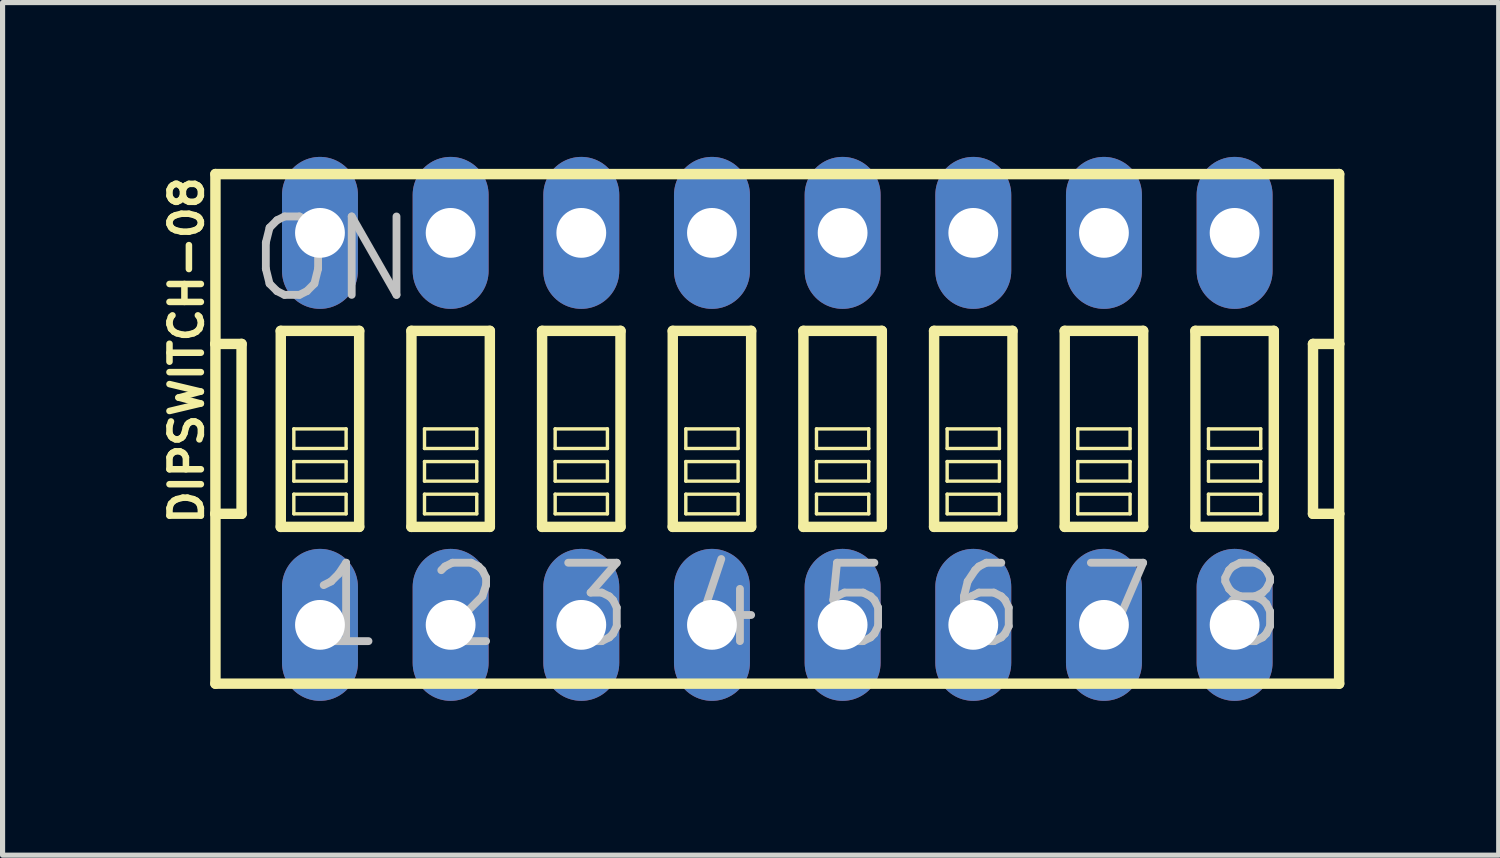
<source format=kicad_pcb>
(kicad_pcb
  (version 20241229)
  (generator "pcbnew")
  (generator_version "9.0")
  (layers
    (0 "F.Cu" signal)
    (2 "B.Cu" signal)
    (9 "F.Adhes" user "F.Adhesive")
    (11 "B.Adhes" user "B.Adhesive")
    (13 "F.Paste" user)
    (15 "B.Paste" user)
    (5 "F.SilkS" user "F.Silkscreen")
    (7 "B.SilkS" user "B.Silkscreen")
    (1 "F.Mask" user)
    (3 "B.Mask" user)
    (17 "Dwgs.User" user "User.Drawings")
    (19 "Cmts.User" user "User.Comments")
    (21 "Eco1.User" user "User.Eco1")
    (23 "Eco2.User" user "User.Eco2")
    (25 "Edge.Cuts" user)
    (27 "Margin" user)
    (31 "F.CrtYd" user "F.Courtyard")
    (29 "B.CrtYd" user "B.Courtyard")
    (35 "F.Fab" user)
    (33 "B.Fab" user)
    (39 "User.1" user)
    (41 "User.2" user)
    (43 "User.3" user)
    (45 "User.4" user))
  (footprint "DIPSWITCH-08"
    (layer "F.Cu")
    (at 12.06 5.287)
    (property "Reference" "DIPSWITCH-08" (at -11.481 -1.524 90) (layer "F.SilkS") (effects (font (size 0.61 0.61) (thickness 0.127))))
    (attr exclude_from_pos_files exclude_from_bom)
    (fp_line (start -10.922 -4.953) (end -10.922 -1.651) (stroke (width 0.203) (type solid)) (layer "F.SilkS"))
    (fp_line (start -10.922 -1.651) (end -10.922 1.651) (stroke (width 0.203) (type solid)) (layer "F.SilkS"))
    (fp_line (start -10.922 1.651) (end -10.922 4.953) (stroke (width 0.203) (type solid)) (layer "F.SilkS"))
    (fp_line (start -10.922 1.651) (end -10.414 1.651) (stroke (width 0.203) (type solid)) (layer "F.SilkS"))
    (fp_line (start -10.922 4.953) (end 10.922 4.953) (stroke (width 0.203) (type solid)) (layer "F.SilkS"))
    (fp_line (start -10.414 -1.651) (end -10.922 -1.651) (stroke (width 0.203) (type solid)) (layer "F.SilkS"))
    (fp_line (start -10.414 1.651) (end -10.414 -1.651) (stroke (width 0.203) (type solid)) (layer "F.SilkS"))
    (fp_line (start -9.652 -1.905) (end -9.652 1.905) (stroke (width 0.203) (type solid)) (layer "F.SilkS"))
    (fp_line (start -9.652 -1.905) (end -8.128 -1.905) (stroke (width 0.203) (type solid)) (layer "F.SilkS"))
    (fp_line (start -9.398 0) (end -8.382 0) (stroke (width 0.066) (type solid)) (layer "F.SilkS"))
    (fp_line (start -9.398 0.381) (end -9.398 0) (stroke (width 0.066) (type solid)) (layer "F.SilkS"))
    (fp_line (start -9.398 0.381) (end -8.382 0.381) (stroke (width 0.066) (type solid)) (layer "F.SilkS"))
    (fp_line (start -9.398 0.635) (end -8.382 0.635) (stroke (width 0.066) (type solid)) (layer "F.SilkS"))
    (fp_line (start -9.398 1.016) (end -9.398 0.635) (stroke (width 0.066) (type solid)) (layer "F.SilkS"))
    (fp_line (start -9.398 1.016) (end -8.382 1.016) (stroke (width 0.066) (type solid)) (layer "F.SilkS"))
    (fp_line (start -9.398 1.27) (end -8.382 1.27) (stroke (width 0.066) (type solid)) (layer "F.SilkS"))
    (fp_line (start -9.398 1.651) (end -9.398 1.27) (stroke (width 0.066) (type solid)) (layer "F.SilkS"))
    (fp_line (start -9.398 1.651) (end -8.382 1.651) (stroke (width 0.066) (type solid)) (layer "F.SilkS"))
    (fp_line (start -8.382 0.381) (end -8.382 0) (stroke (width 0.066) (type solid)) (layer "F.SilkS"))
    (fp_line (start -8.382 1.016) (end -8.382 0.635) (stroke (width 0.066) (type solid)) (layer "F.SilkS"))
    (fp_line (start -8.382 1.651) (end -8.382 1.27) (stroke (width 0.066) (type solid)) (layer "F.SilkS"))
    (fp_line (start -8.128 1.905) (end -9.652 1.905) (stroke (width 0.203) (type solid)) (layer "F.SilkS"))
    (fp_line (start -8.128 1.905) (end -8.128 -1.905) (stroke (width 0.203) (type solid)) (layer "F.SilkS"))
    (fp_line (start -7.112 -1.905) (end -7.112 1.905) (stroke (width 0.203) (type solid)) (layer "F.SilkS"))
    (fp_line (start -7.112 -1.905) (end -5.588 -1.905) (stroke (width 0.203) (type solid)) (layer "F.SilkS"))
    (fp_line (start -6.858 0) (end -5.842 0) (stroke (width 0.066) (type solid)) (layer "F.SilkS"))
    (fp_line (start -6.858 0.381) (end -6.858 0) (stroke (width 0.066) (type solid)) (layer "F.SilkS"))
    (fp_line (start -6.858 0.381) (end -5.842 0.381) (stroke (width 0.066) (type solid)) (layer "F.SilkS"))
    (fp_line (start -6.858 0.635) (end -5.842 0.635) (stroke (width 0.066) (type solid)) (layer "F.SilkS"))
    (fp_line (start -6.858 1.016) (end -6.858 0.635) (stroke (width 0.066) (type solid)) (layer "F.SilkS"))
    (fp_line (start -6.858 1.016) (end -5.842 1.016) (stroke (width 0.066) (type solid)) (layer "F.SilkS"))
    (fp_line (start -6.858 1.27) (end -5.842 1.27) (stroke (width 0.066) (type solid)) (layer "F.SilkS"))
    (fp_line (start -6.858 1.651) (end -6.858 1.27) (stroke (width 0.066) (type solid)) (layer "F.SilkS"))
    (fp_line (start -6.858 1.651) (end -5.842 1.651) (stroke (width 0.066) (type solid)) (layer "F.SilkS"))
    (fp_line (start -5.842 0.381) (end -5.842 0) (stroke (width 0.066) (type solid)) (layer "F.SilkS"))
    (fp_line (start -5.842 1.016) (end -5.842 0.635) (stroke (width 0.066) (type solid)) (layer "F.SilkS"))
    (fp_line (start -5.842 1.651) (end -5.842 1.27) (stroke (width 0.066) (type solid)) (layer "F.SilkS"))
    (fp_line (start -5.588 1.905) (end -7.112 1.905) (stroke (width 0.203) (type solid)) (layer "F.SilkS"))
    (fp_line (start -5.588 1.905) (end -5.588 -1.905) (stroke (width 0.203) (type solid)) (layer "F.SilkS"))
    (fp_line (start -4.572 -1.905) (end -4.572 1.905) (stroke (width 0.203) (type solid)) (layer "F.SilkS"))
    (fp_line (start -4.572 -1.905) (end -3.048 -1.905) (stroke (width 0.203) (type solid)) (layer "F.SilkS"))
    (fp_line (start -4.318 0) (end -3.302 0) (stroke (width 0.066) (type solid)) (layer "F.SilkS"))
    (fp_line (start -4.318 0.381) (end -4.318 0) (stroke (width 0.066) (type solid)) (layer "F.SilkS"))
    (fp_line (start -4.318 0.381) (end -3.302 0.381) (stroke (width 0.066) (type solid)) (layer "F.SilkS"))
    (fp_line (start -4.318 0.635) (end -3.302 0.635) (stroke (width 0.066) (type solid)) (layer "F.SilkS"))
    (fp_line (start -4.318 1.016) (end -4.318 0.635) (stroke (width 0.066) (type solid)) (layer "F.SilkS"))
    (fp_line (start -4.318 1.016) (end -3.302 1.016) (stroke (width 0.066) (type solid)) (layer "F.SilkS"))
    (fp_line (start -4.318 1.27) (end -3.302 1.27) (stroke (width 0.066) (type solid)) (layer "F.SilkS"))
    (fp_line (start -4.318 1.651) (end -4.318 1.27) (stroke (width 0.066) (type solid)) (layer "F.SilkS"))
    (fp_line (start -4.318 1.651) (end -3.302 1.651) (stroke (width 0.066) (type solid)) (layer "F.SilkS"))
    (fp_line (start -3.302 0.381) (end -3.302 0) (stroke (width 0.066) (type solid)) (layer "F.SilkS"))
    (fp_line (start -3.302 1.016) (end -3.302 0.635) (stroke (width 0.066) (type solid)) (layer "F.SilkS"))
    (fp_line (start -3.302 1.651) (end -3.302 1.27) (stroke (width 0.066) (type solid)) (layer "F.SilkS"))
    (fp_line (start -3.048 1.905) (end -4.572 1.905) (stroke (width 0.203) (type solid)) (layer "F.SilkS"))
    (fp_line (start -3.048 1.905) (end -3.048 -1.905) (stroke (width 0.203) (type solid)) (layer "F.SilkS"))
    (fp_line (start -2.032 -1.905) (end -2.032 1.905) (stroke (width 0.203) (type solid)) (layer "F.SilkS"))
    (fp_line (start -2.032 -1.905) (end -0.508 -1.905) (stroke (width 0.203) (type solid)) (layer "F.SilkS"))
    (fp_line (start -1.778 0) (end -0.762 0) (stroke (width 0.066) (type solid)) (layer "F.SilkS"))
    (fp_line (start -1.778 0.381) (end -1.778 0) (stroke (width 0.066) (type solid)) (layer "F.SilkS"))
    (fp_line (start -1.778 0.381) (end -0.762 0.381) (stroke (width 0.066) (type solid)) (layer "F.SilkS"))
    (fp_line (start -1.778 0.635) (end -0.762 0.635) (stroke (width 0.066) (type solid)) (layer "F.SilkS"))
    (fp_line (start -1.778 1.016) (end -1.778 0.635) (stroke (width 0.066) (type solid)) (layer "F.SilkS"))
    (fp_line (start -1.778 1.016) (end -0.762 1.016) (stroke (width 0.066) (type solid)) (layer "F.SilkS"))
    (fp_line (start -1.778 1.27) (end -0.762 1.27) (stroke (width 0.066) (type solid)) (layer "F.SilkS"))
    (fp_line (start -1.778 1.651) (end -1.778 1.27) (stroke (width 0.066) (type solid)) (layer "F.SilkS"))
    (fp_line (start -1.778 1.651) (end -0.762 1.651) (stroke (width 0.066) (type solid)) (layer "F.SilkS"))
    (fp_line (start -0.762 0.381) (end -0.762 0) (stroke (width 0.066) (type solid)) (layer "F.SilkS"))
    (fp_line (start -0.762 1.016) (end -0.762 0.635) (stroke (width 0.066) (type solid)) (layer "F.SilkS"))
    (fp_line (start -0.762 1.651) (end -0.762 1.27) (stroke (width 0.066) (type solid)) (layer "F.SilkS"))
    (fp_line (start -0.508 1.905) (end -2.032 1.905) (stroke (width 0.203) (type solid)) (layer "F.SilkS"))
    (fp_line (start -0.508 1.905) (end -0.508 -1.905) (stroke (width 0.203) (type solid)) (layer "F.SilkS"))
    (fp_line (start 0.508 -1.905) (end 0.508 1.905) (stroke (width 0.203) (type solid)) (layer "F.SilkS"))
    (fp_line (start 0.508 -1.905) (end 2.032 -1.905) (stroke (width 0.203) (type solid)) (layer "F.SilkS"))
    (fp_line (start 0.762 0) (end 1.778 0) (stroke (width 0.066) (type solid)) (layer "F.SilkS"))
    (fp_line (start 0.762 0.381) (end 0.762 0) (stroke (width 0.066) (type solid)) (layer "F.SilkS"))
    (fp_line (start 0.762 0.381) (end 1.778 0.381) (stroke (width 0.066) (type solid)) (layer "F.SilkS"))
    (fp_line (start 0.762 0.635) (end 1.778 0.635) (stroke (width 0.066) (type solid)) (layer "F.SilkS"))
    (fp_line (start 0.762 1.016) (end 0.762 0.635) (stroke (width 0.066) (type solid)) (layer "F.SilkS"))
    (fp_line (start 0.762 1.016) (end 1.778 1.016) (stroke (width 0.066) (type solid)) (layer "F.SilkS"))
    (fp_line (start 0.762 1.27) (end 1.778 1.27) (stroke (width 0.066) (type solid)) (layer "F.SilkS"))
    (fp_line (start 0.762 1.651) (end 0.762 1.27) (stroke (width 0.066) (type solid)) (layer "F.SilkS"))
    (fp_line (start 0.762 1.651) (end 1.778 1.651) (stroke (width 0.066) (type solid)) (layer "F.SilkS"))
    (fp_line (start 1.778 0.381) (end 1.778 0) (stroke (width 0.066) (type solid)) (layer "F.SilkS"))
    (fp_line (start 1.778 1.016) (end 1.778 0.635) (stroke (width 0.066) (type solid)) (layer "F.SilkS"))
    (fp_line (start 1.778 1.651) (end 1.778 1.27) (stroke (width 0.066) (type solid)) (layer "F.SilkS"))
    (fp_line (start 2.032 1.905) (end 0.508 1.905) (stroke (width 0.203) (type solid)) (layer "F.SilkS"))
    (fp_line (start 2.032 1.905) (end 2.032 -1.905) (stroke (width 0.203) (type solid)) (layer "F.SilkS"))
    (fp_line (start 3.048 -1.905) (end 3.048 1.905) (stroke (width 0.203) (type solid)) (layer "F.SilkS"))
    (fp_line (start 3.048 -1.905) (end 4.572 -1.905) (stroke (width 0.203) (type solid)) (layer "F.SilkS"))
    (fp_line (start 3.302 0) (end 4.318 0) (stroke (width 0.066) (type solid)) (layer "F.SilkS"))
    (fp_line (start 3.302 0.381) (end 3.302 0) (stroke (width 0.066) (type solid)) (layer "F.SilkS"))
    (fp_line (start 3.302 0.381) (end 4.318 0.381) (stroke (width 0.066) (type solid)) (layer "F.SilkS"))
    (fp_line (start 3.302 0.635) (end 4.318 0.635) (stroke (width 0.066) (type solid)) (layer "F.SilkS"))
    (fp_line (start 3.302 1.016) (end 3.302 0.635) (stroke (width 0.066) (type solid)) (layer "F.SilkS"))
    (fp_line (start 3.302 1.016) (end 4.318 1.016) (stroke (width 0.066) (type solid)) (layer "F.SilkS"))
    (fp_line (start 3.302 1.27) (end 4.318 1.27) (stroke (width 0.066) (type solid)) (layer "F.SilkS"))
    (fp_line (start 3.302 1.651) (end 3.302 1.27) (stroke (width 0.066) (type solid)) (layer "F.SilkS"))
    (fp_line (start 3.302 1.651) (end 4.318 1.651) (stroke (width 0.066) (type solid)) (layer "F.SilkS"))
    (fp_line (start 4.318 0.381) (end 4.318 0) (stroke (width 0.066) (type solid)) (layer "F.SilkS"))
    (fp_line (start 4.318 1.016) (end 4.318 0.635) (stroke (width 0.066) (type solid)) (layer "F.SilkS"))
    (fp_line (start 4.318 1.651) (end 4.318 1.27) (stroke (width 0.066) (type solid)) (layer "F.SilkS"))
    (fp_line (start 4.572 1.905) (end 3.048 1.905) (stroke (width 0.203) (type solid)) (layer "F.SilkS"))
    (fp_line (start 4.572 1.905) (end 4.572 -1.905) (stroke (width 0.203) (type solid)) (layer "F.SilkS"))
    (fp_line (start 5.588 -1.905) (end 5.588 1.905) (stroke (width 0.203) (type solid)) (layer "F.SilkS"))
    (fp_line (start 5.588 -1.905) (end 7.112 -1.905) (stroke (width 0.203) (type solid)) (layer "F.SilkS"))
    (fp_line (start 5.842 0) (end 6.858 0) (stroke (width 0.066) (type solid)) (layer "F.SilkS"))
    (fp_line (start 5.842 0.381) (end 5.842 0) (stroke (width 0.066) (type solid)) (layer "F.SilkS"))
    (fp_line (start 5.842 0.381) (end 6.858 0.381) (stroke (width 0.066) (type solid)) (layer "F.SilkS"))
    (fp_line (start 5.842 0.635) (end 6.858 0.635) (stroke (width 0.066) (type solid)) (layer "F.SilkS"))
    (fp_line (start 5.842 1.016) (end 5.842 0.635) (stroke (width 0.066) (type solid)) (layer "F.SilkS"))
    (fp_line (start 5.842 1.016) (end 6.858 1.016) (stroke (width 0.066) (type solid)) (layer "F.SilkS"))
    (fp_line (start 5.842 1.27) (end 6.858 1.27) (stroke (width 0.066) (type solid)) (layer "F.SilkS"))
    (fp_line (start 5.842 1.651) (end 5.842 1.27) (stroke (width 0.066) (type solid)) (layer "F.SilkS"))
    (fp_line (start 5.842 1.651) (end 6.858 1.651) (stroke (width 0.066) (type solid)) (layer "F.SilkS"))
    (fp_line (start 6.858 0.381) (end 6.858 0) (stroke (width 0.066) (type solid)) (layer "F.SilkS"))
    (fp_line (start 6.858 1.016) (end 6.858 0.635) (stroke (width 0.066) (type solid)) (layer "F.SilkS"))
    (fp_line (start 6.858 1.651) (end 6.858 1.27) (stroke (width 0.066) (type solid)) (layer "F.SilkS"))
    (fp_line (start 7.112 1.905) (end 5.588 1.905) (stroke (width 0.203) (type solid)) (layer "F.SilkS"))
    (fp_line (start 7.112 1.905) (end 7.112 -1.905) (stroke (width 0.203) (type solid)) (layer "F.SilkS"))
    (fp_line (start 8.128 -1.905) (end 8.128 1.905) (stroke (width 0.203) (type solid)) (layer "F.SilkS"))
    (fp_line (start 8.128 -1.905) (end 9.652 -1.905) (stroke (width 0.203) (type solid)) (layer "F.SilkS"))
    (fp_line (start 8.382 0) (end 9.398 0) (stroke (width 0.066) (type solid)) (layer "F.SilkS"))
    (fp_line (start 8.382 0.381) (end 8.382 0) (stroke (width 0.066) (type solid)) (layer "F.SilkS"))
    (fp_line (start 8.382 0.381) (end 9.398 0.381) (stroke (width 0.066) (type solid)) (layer "F.SilkS"))
    (fp_line (start 8.382 0.635) (end 9.398 0.635) (stroke (width 0.066) (type solid)) (layer "F.SilkS"))
    (fp_line (start 8.382 1.016) (end 8.382 0.635) (stroke (width 0.066) (type solid)) (layer "F.SilkS"))
    (fp_line (start 8.382 1.016) (end 9.398 1.016) (stroke (width 0.066) (type solid)) (layer "F.SilkS"))
    (fp_line (start 8.382 1.27) (end 9.398 1.27) (stroke (width 0.066) (type solid)) (layer "F.SilkS"))
    (fp_line (start 8.382 1.651) (end 8.382 1.27) (stroke (width 0.066) (type solid)) (layer "F.SilkS"))
    (fp_line (start 8.382 1.651) (end 9.398 1.651) (stroke (width 0.066) (type solid)) (layer "F.SilkS"))
    (fp_line (start 9.398 0.381) (end 9.398 0) (stroke (width 0.066) (type solid)) (layer "F.SilkS"))
    (fp_line (start 9.398 1.016) (end 9.398 0.635) (stroke (width 0.066) (type solid)) (layer "F.SilkS"))
    (fp_line (start 9.398 1.651) (end 9.398 1.27) (stroke (width 0.066) (type solid)) (layer "F.SilkS"))
    (fp_line (start 9.652 1.905) (end 8.128 1.905) (stroke (width 0.203) (type solid)) (layer "F.SilkS"))
    (fp_line (start 9.652 1.905) (end 9.652 -1.905) (stroke (width 0.203) (type solid)) (layer "F.SilkS"))
    (fp_line (start 10.414 -1.651) (end 10.414 1.651) (stroke (width 0.203) (type solid)) (layer "F.SilkS"))
    (fp_line (start 10.414 1.651) (end 10.922 1.651) (stroke (width 0.203) (type solid)) (layer "F.SilkS"))
    (fp_line (start 10.922 -4.953) (end -10.922 -4.953) (stroke (width 0.203) (type solid)) (layer "F.SilkS"))
    (fp_line (start 10.922 -1.651) (end 10.414 -1.651) (stroke (width 0.203) (type solid)) (layer "F.SilkS"))
    (fp_line (start 10.922 -1.651) (end 10.922 -4.953) (stroke (width 0.203) (type solid)) (layer "F.SilkS"))
    (fp_line (start 10.922 1.651) (end 10.922 -1.651) (stroke (width 0.203) (type solid)) (layer "F.SilkS"))
    (fp_line (start 10.922 4.953) (end 10.922 1.651) (stroke (width 0.203) (type solid)) (layer "F.SilkS"))
    (fp_text user "7" (at 6.604 3.429 0) (layer "Dwgs.User") (effects (font (size 1.524 1.524) (thickness 0.152))))
    (fp_text user "1" (at -8.382 3.429 0) (layer "Dwgs.User") (effects (font (size 1.524 1.524) (thickness 0.152))))
    (fp_text user "3" (at -3.556 3.429 0) (layer "Dwgs.User") (effects (font (size 1.524 1.524) (thickness 0.152))))
    (fp_text user "6" (at 4.064 3.429 0) (layer "Dwgs.User") (effects (font (size 1.524 1.524) (thickness 0.152))))
    (fp_text user "ON" (at -8.636 -3.302 0) (layer "Dwgs.User") (effects (font (size 1.524 1.524) (thickness 0.152))))
    (fp_text user "4" (at -1.016 3.429 0) (layer "Dwgs.User") (effects (font (size 1.524 1.524) (thickness 0.152))))
    (fp_text user "2" (at -6.096 3.429 0) (layer "Dwgs.User") (effects (font (size 1.524 1.524) (thickness 0.152))))
    (fp_text user "8" (at 9.144 3.429 0) (layer "Dwgs.User") (effects (font (size 1.524 1.524) (thickness 0.152))))
    (fp_text user "5" (at 1.524 3.429 0) (layer "Dwgs.User") (effects (font (size 1.524 1.524) (thickness 0.152))))
    (pad "1" thru_hole oval (at -8.89 3.81 180) (size 1.476 2.954) (drill 0.968) (layers "*.Cu" "*.Paste" "*.Mask"))
    (pad "2" thru_hole oval (at -6.35 3.81 180) (size 1.476 2.954) (drill 0.968) (layers "*.Cu" "*.Paste" "*.Mask"))
    (pad "3" thru_hole oval (at -3.81 3.81 180) (size 1.476 2.954) (drill 0.968) (layers "*.Cu" "*.Paste" "*.Mask"))
    (pad "4" thru_hole oval (at -1.27 3.81 180) (size 1.476 2.954) (drill 0.968) (layers "*.Cu" "*.Paste" "*.Mask"))
    (pad "5" thru_hole oval (at 1.27 3.81 180) (size 1.476 2.954) (drill 0.968) (layers "*.Cu" "*.Paste" "*.Mask"))
    (pad "6" thru_hole oval (at 3.81 3.81 180) (size 1.476 2.954) (drill 0.968) (layers "*.Cu" "*.Paste" "*.Mask"))
    (pad "7" thru_hole oval (at 6.35 3.81 180) (size 1.476 2.954) (drill 0.968) (layers "*.Cu" "*.Paste" "*.Mask"))
    (pad "8" thru_hole oval (at 8.89 3.81 180) (size 1.476 2.954) (drill 0.968) (layers "*.Cu" "*.Paste" "*.Mask"))
    (pad "9" thru_hole oval (at 8.89 -3.81 180) (size 1.476 2.954) (drill 0.968) (layers "*.Cu" "*.Paste" "*.Mask"))
    (pad "10" thru_hole oval (at 6.35 -3.81 180) (size 1.476 2.954) (drill 0.968) (layers "*.Cu" "*.Paste" "*.Mask"))
    (pad "11" thru_hole oval (at 3.81 -3.81 180) (size 1.476 2.954) (drill 0.968) (layers "*.Cu" "*.Paste" "*.Mask"))
    (pad "12" thru_hole oval (at 1.27 -3.81 180) (size 1.476 2.954) (drill 0.968) (layers "*.Cu" "*.Paste" "*.Mask"))
    (pad "13" thru_hole oval (at -1.27 -3.81 180) (size 1.476 2.954) (drill 0.968) (layers "*.Cu" "*.Paste" "*.Mask"))
    (pad "14" thru_hole oval (at -3.81 -3.81 180) (size 1.476 2.954) (drill 0.968) (layers "*.Cu" "*.Paste" "*.Mask"))
    (pad "15" thru_hole oval (at -6.35 -3.81 180) (size 1.476 2.954) (drill 0.968) (layers "*.Cu" "*.Paste" "*.Mask"))
    (pad "16" thru_hole oval (at -8.89 -3.81 180) (size 1.476 2.954) (drill 0.968) (layers "*.Cu" "*.Paste" "*.Mask")))
  (gr_rect
    (start -3 -3)
    (end 26.084 13.574)
    (stroke (width 0.1) (type default))
    (fill no)
    (layer "Edge.Cuts")))
</source>
